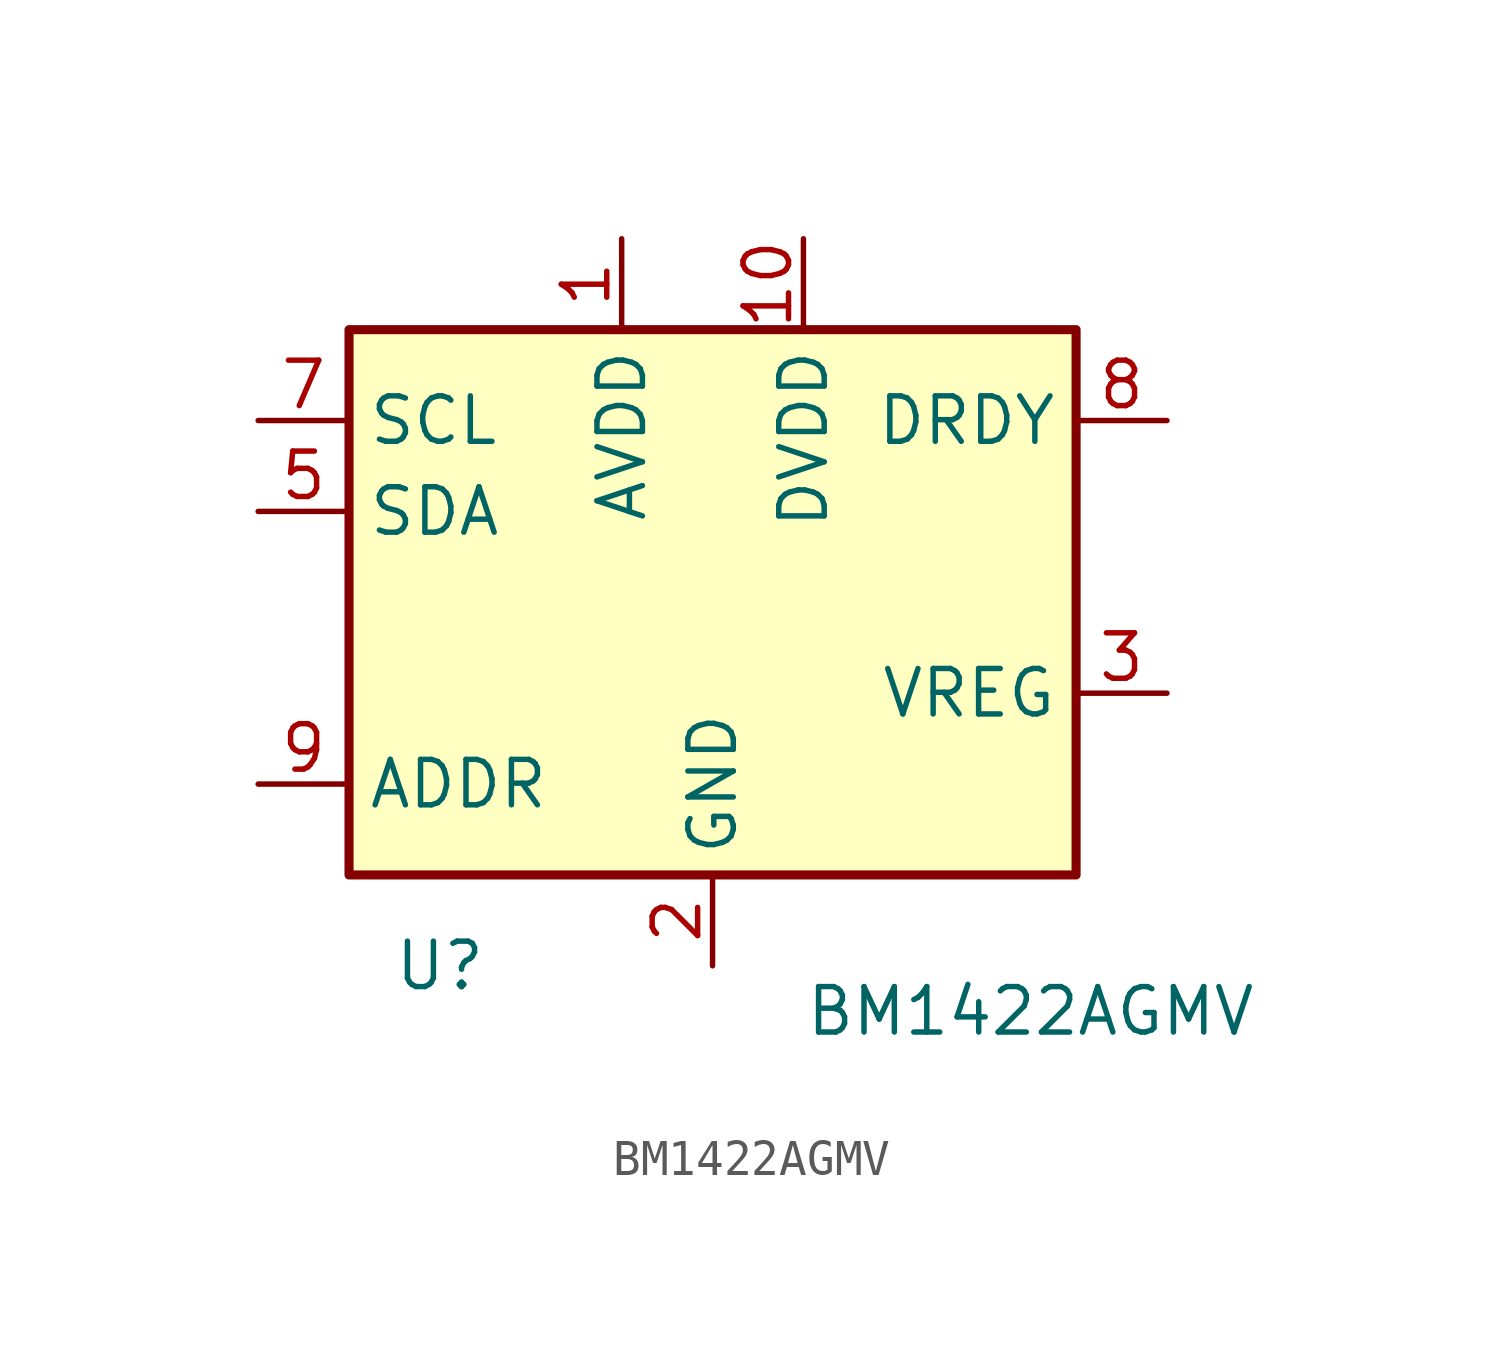
<source format=kicad_sym>
(kicad_symbol_lib
  (version 20220914)
  (generator kicad_symbol_editor)
  (symbol "BM1422AGMV"
    (property "Reference" "U"
      (at -7.62 -10.16 0)
      (effects (font (size 1.27 1.27))))
    (property "Value" "BM1422AGMV"
      (at 8.89 -11.43 0)
      (effects (font (size 1.27 1.27))))
    (symbol "BM1422AGMV_0_1"
      (rectangle (start -10.16 7.62) (end 10.16 -7.62) (stroke (width 0.254) (type default)) (fill (type background))))
    (symbol "BM1422AGMV_1_1"
      (pin power_in line (at -2.54 10.16 270) (length 2.54) (name "AVDD" (effects (font (size 1.27 1.27)))) (number "1" (effects (font (size 1.27 1.27)))))
      (pin power_in line (at 2.54 10.16 270) (length 2.54) (name "DVDD" (effects (font (size 1.27 1.27)))) (number "10" (effects (font (size 1.27 1.27)))))
      (pin power_in line (at 0 -10.16 90) (length 2.54) (name "GND" (effects (font (size 1.27 1.27)))) (number "2" (effects (font (size 1.27 1.27)))))
      (pin passive line (at 12.7 -2.54 180) (length 2.54) (name "VREG" (effects (font (size 1.27 1.27)))) (number "3" (effects (font (size 1.27 1.27)))))
      (pin no_connect line (at 12.7 2.54 180) (length 2.54) hide (name "TEST1" (effects (font (size 1.27 1.27)))) (number "4" (effects (font (size 1.27 1.27)))))
      (pin bidirectional line (at -12.7 2.54 0) (length 2.54) (name "SDA" (effects (font (size 1.27 1.27)))) (number "5" (effects (font (size 1.27 1.27)))))
      (pin no_connect line (at 12.7 0 180) (length 2.54) hide (name "TEST2" (effects (font (size 1.27 1.27)))) (number "6" (effects (font (size 1.27 1.27)))))
      (pin input line (at -12.7 5.08 0) (length 2.54) (name "SCL" (effects (font (size 1.27 1.27)))) (number "7" (effects (font (size 1.27 1.27)))))
      (pin output line (at 12.7 5.08 180) (length 2.54) (name "DRDY" (effects (font (size 1.27 1.27)))) (number "8" (effects (font (size 1.27 1.27)))))
      (pin input line (at -12.7 -5.08 0) (length 2.54) (name "ADDR" (effects (font (size 1.27 1.27)))) (number "9" (effects (font (size 1.27 1.27))))))))
</source>
